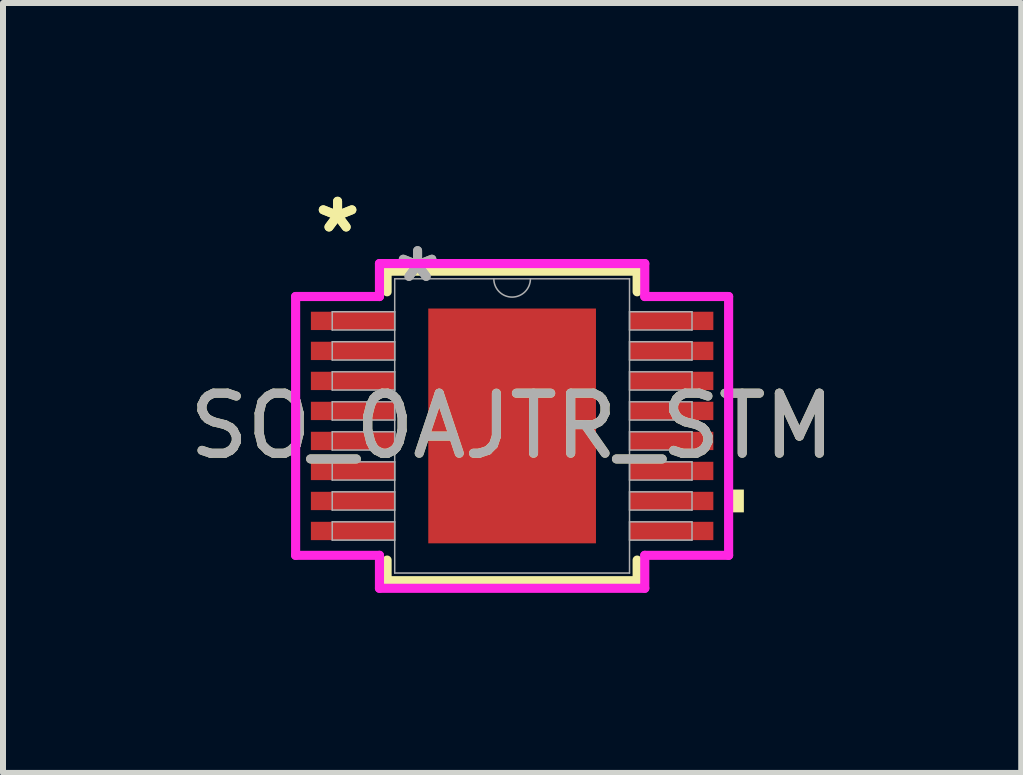
<source format=kicad_pcb>
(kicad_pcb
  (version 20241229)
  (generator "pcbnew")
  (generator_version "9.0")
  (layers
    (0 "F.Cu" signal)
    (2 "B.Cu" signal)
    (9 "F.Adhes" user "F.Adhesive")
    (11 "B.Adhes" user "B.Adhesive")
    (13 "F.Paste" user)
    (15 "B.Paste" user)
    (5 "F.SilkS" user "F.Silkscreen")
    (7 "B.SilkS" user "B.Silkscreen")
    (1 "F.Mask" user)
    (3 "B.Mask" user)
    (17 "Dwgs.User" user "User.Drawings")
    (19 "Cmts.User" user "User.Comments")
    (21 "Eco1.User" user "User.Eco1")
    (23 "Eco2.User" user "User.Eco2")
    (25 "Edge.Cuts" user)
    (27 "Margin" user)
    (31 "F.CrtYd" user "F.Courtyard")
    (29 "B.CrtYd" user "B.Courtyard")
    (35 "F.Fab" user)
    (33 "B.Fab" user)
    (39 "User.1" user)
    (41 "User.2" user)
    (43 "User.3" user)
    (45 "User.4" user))
  (footprint "SO_0AJTR_STM"
    (layer "F.Cu")
    (at 5.482 4.046)
    (property "Reference" "SO_0AJTR_STM" (at 0 0 0) (unlocked yes) (layer "F.SilkS") (effects (font (size 1 1) (thickness 0.15))))
    (attr smd)
    (fp_line (start -2.083 -2.578) (end -2.083 -2.235) (stroke (width 0.152) (type solid)) (layer "F.SilkS"))
    (fp_line (start -2.083 2.235) (end -2.083 2.578) (stroke (width 0.152) (type solid)) (layer "F.SilkS"))
    (fp_line (start -2.083 2.578) (end 2.083 2.578) (stroke (width 0.152) (type solid)) (layer "F.SilkS"))
    (fp_line (start 2.083 -2.578) (end -2.083 -2.578) (stroke (width 0.152) (type solid)) (layer "F.SilkS"))
    (fp_line (start 2.083 -2.235) (end 2.083 -2.578) (stroke (width 0.152) (type solid)) (layer "F.SilkS"))
    (fp_line (start 2.083 2.578) (end 2.083 2.235) (stroke (width 0.152) (type solid)) (layer "F.SilkS"))
    (fp_poly (pts (xy 3.861 1.06) (xy 3.861 1.44) (xy 3.607 1.44) (xy 3.607 1.06)) (stroke (width 0) (type solid)) (fill yes) (layer "F.SilkS"))
    (fp_poly (pts (xy -1.297 -1.856) (xy -1.297 -0.752) (xy -0.1 -0.752) (xy -0.1 -1.856)) (stroke (width 0) (type solid)) (fill yes) (layer "F.Paste"))
    (fp_poly (pts (xy -1.297 -0.552) (xy -1.297 0.552) (xy -0.1 0.552) (xy -0.1 -0.552)) (stroke (width 0) (type solid)) (fill yes) (layer "F.Paste"))
    (fp_poly (pts (xy -1.297 0.752) (xy -1.297 1.856) (xy -0.1 1.856) (xy -0.1 0.752)) (stroke (width 0) (type solid)) (fill yes) (layer "F.Paste"))
    (fp_poly (pts (xy 0.1 -1.856) (xy 0.1 -0.752) (xy 1.297 -0.752) (xy 1.297 -1.856)) (stroke (width 0) (type solid)) (fill yes) (layer "F.Paste"))
    (fp_poly (pts (xy 0.1 -0.552) (xy 0.1 0.552) (xy 1.297 0.552) (xy 1.297 -0.552)) (stroke (width 0) (type solid)) (fill yes) (layer "F.Paste"))
    (fp_poly (pts (xy 0.1 0.752) (xy 0.1 1.856) (xy 1.297 1.856) (xy 1.297 0.752)) (stroke (width 0) (type solid)) (fill yes) (layer "F.Paste"))
    (fp_line (start -3.607 -2.156) (end -2.21 -2.156) (stroke (width 0.152) (type solid)) (layer "F.CrtYd"))
    (fp_line (start -3.607 2.156) (end -3.607 -2.156) (stroke (width 0.152) (type solid)) (layer "F.CrtYd"))
    (fp_line (start -3.607 2.156) (end -2.21 2.156) (stroke (width 0.152) (type solid)) (layer "F.CrtYd"))
    (fp_line (start -2.21 -2.705) (end 2.21 -2.705) (stroke (width 0.152) (type solid)) (layer "F.CrtYd"))
    (fp_line (start -2.21 -2.156) (end -2.21 -2.705) (stroke (width 0.152) (type solid)) (layer "F.CrtYd"))
    (fp_line (start -2.21 2.705) (end -2.21 2.156) (stroke (width 0.152) (type solid)) (layer "F.CrtYd"))
    (fp_line (start 2.21 -2.705) (end 2.21 -2.156) (stroke (width 0.152) (type solid)) (layer "F.CrtYd"))
    (fp_line (start 2.21 2.156) (end 2.21 2.705) (stroke (width 0.152) (type solid)) (layer "F.CrtYd"))
    (fp_line (start 2.21 2.705) (end -2.21 2.705) (stroke (width 0.152) (type solid)) (layer "F.CrtYd"))
    (fp_line (start 3.607 -2.156) (end 2.21 -2.156) (stroke (width 0.152) (type solid)) (layer "F.CrtYd"))
    (fp_line (start 3.607 -2.156) (end 3.607 2.156) (stroke (width 0.152) (type solid)) (layer "F.CrtYd"))
    (fp_line (start 3.607 2.156) (end 2.21 2.156) (stroke (width 0.152) (type solid)) (layer "F.CrtYd"))
    (fp_line (start -2.997 -1.902) (end -2.997 -1.598) (stroke (width 0.025) (type solid)) (layer "F.Fab"))
    (fp_line (start -2.997 -1.598) (end -1.956 -1.598) (stroke (width 0.025) (type solid)) (layer "F.Fab"))
    (fp_line (start -2.997 -1.402) (end -2.997 -1.098) (stroke (width 0.025) (type solid)) (layer "F.Fab"))
    (fp_line (start -2.997 -1.098) (end -1.956 -1.098) (stroke (width 0.025) (type solid)) (layer "F.Fab"))
    (fp_line (start -2.997 -0.902) (end -2.997 -0.598) (stroke (width 0.025) (type solid)) (layer "F.Fab"))
    (fp_line (start -2.997 -0.598) (end -1.956 -0.598) (stroke (width 0.025) (type solid)) (layer "F.Fab"))
    (fp_line (start -2.997 -0.402) (end -2.997 -0.098) (stroke (width 0.025) (type solid)) (layer "F.Fab"))
    (fp_line (start -2.997 -0.098) (end -1.956 -0.098) (stroke (width 0.025) (type solid)) (layer "F.Fab"))
    (fp_line (start -2.997 0.098) (end -2.997 0.402) (stroke (width 0.025) (type solid)) (layer "F.Fab"))
    (fp_line (start -2.997 0.402) (end -1.956 0.402) (stroke (width 0.025) (type solid)) (layer "F.Fab"))
    (fp_line (start -2.997 0.598) (end -2.997 0.902) (stroke (width 0.025) (type solid)) (layer "F.Fab"))
    (fp_line (start -2.997 0.902) (end -1.956 0.902) (stroke (width 0.025) (type solid)) (layer "F.Fab"))
    (fp_line (start -2.997 1.098) (end -2.997 1.402) (stroke (width 0.025) (type solid)) (layer "F.Fab"))
    (fp_line (start -2.997 1.402) (end -1.956 1.402) (stroke (width 0.025) (type solid)) (layer "F.Fab"))
    (fp_line (start -2.997 1.598) (end -2.997 1.902) (stroke (width 0.025) (type solid)) (layer "F.Fab"))
    (fp_line (start -2.997 1.902) (end -1.956 1.902) (stroke (width 0.025) (type solid)) (layer "F.Fab"))
    (fp_line (start -1.956 -2.451) (end -1.956 2.451) (stroke (width 0.025) (type solid)) (layer "F.Fab"))
    (fp_line (start -1.956 -1.902) (end -2.997 -1.902) (stroke (width 0.025) (type solid)) (layer "F.Fab"))
    (fp_line (start -1.956 -1.598) (end -1.956 -1.902) (stroke (width 0.025) (type solid)) (layer "F.Fab"))
    (fp_line (start -1.956 -1.402) (end -2.997 -1.402) (stroke (width 0.025) (type solid)) (layer "F.Fab"))
    (fp_line (start -1.956 -1.098) (end -1.956 -1.402) (stroke (width 0.025) (type solid)) (layer "F.Fab"))
    (fp_line (start -1.956 -0.902) (end -2.997 -0.902) (stroke (width 0.025) (type solid)) (layer "F.Fab"))
    (fp_line (start -1.956 -0.598) (end -1.956 -0.902) (stroke (width 0.025) (type solid)) (layer "F.Fab"))
    (fp_line (start -1.956 -0.402) (end -2.997 -0.402) (stroke (width 0.025) (type solid)) (layer "F.Fab"))
    (fp_line (start -1.956 -0.098) (end -1.956 -0.402) (stroke (width 0.025) (type solid)) (layer "F.Fab"))
    (fp_line (start -1.956 0.098) (end -2.997 0.098) (stroke (width 0.025) (type solid)) (layer "F.Fab"))
    (fp_line (start -1.956 0.402) (end -1.956 0.098) (stroke (width 0.025) (type solid)) (layer "F.Fab"))
    (fp_line (start -1.956 0.598) (end -2.997 0.598) (stroke (width 0.025) (type solid)) (layer "F.Fab"))
    (fp_line (start -1.956 0.902) (end -1.956 0.598) (stroke (width 0.025) (type solid)) (layer "F.Fab"))
    (fp_line (start -1.956 1.098) (end -2.997 1.098) (stroke (width 0.025) (type solid)) (layer "F.Fab"))
    (fp_line (start -1.956 1.402) (end -1.956 1.098) (stroke (width 0.025) (type solid)) (layer "F.Fab"))
    (fp_line (start -1.956 1.598) (end -2.997 1.598) (stroke (width 0.025) (type solid)) (layer "F.Fab"))
    (fp_line (start -1.956 1.902) (end -1.956 1.598) (stroke (width 0.025) (type solid)) (layer "F.Fab"))
    (fp_line (start -1.956 2.451) (end 1.956 2.451) (stroke (width 0.025) (type solid)) (layer "F.Fab"))
    (fp_line (start 1.956 -2.451) (end -1.956 -2.451) (stroke (width 0.025) (type solid)) (layer "F.Fab"))
    (fp_line (start 1.956 -1.902) (end 1.956 -1.598) (stroke (width 0.025) (type solid)) (layer "F.Fab"))
    (fp_line (start 1.956 -1.598) (end 2.997 -1.598) (stroke (width 0.025) (type solid)) (layer "F.Fab"))
    (fp_line (start 1.956 -1.402) (end 1.956 -1.098) (stroke (width 0.025) (type solid)) (layer "F.Fab"))
    (fp_line (start 1.956 -1.098) (end 2.997 -1.098) (stroke (width 0.025) (type solid)) (layer "F.Fab"))
    (fp_line (start 1.956 -0.902) (end 1.956 -0.598) (stroke (width 0.025) (type solid)) (layer "F.Fab"))
    (fp_line (start 1.956 -0.598) (end 2.997 -0.598) (stroke (width 0.025) (type solid)) (layer "F.Fab"))
    (fp_line (start 1.956 -0.402) (end 1.956 -0.098) (stroke (width 0.025) (type solid)) (layer "F.Fab"))
    (fp_line (start 1.956 -0.098) (end 2.997 -0.098) (stroke (width 0.025) (type solid)) (layer "F.Fab"))
    (fp_line (start 1.956 0.098) (end 1.956 0.402) (stroke (width 0.025) (type solid)) (layer "F.Fab"))
    (fp_line (start 1.956 0.402) (end 2.997 0.402) (stroke (width 0.025) (type solid)) (layer "F.Fab"))
    (fp_line (start 1.956 0.598) (end 1.956 0.902) (stroke (width 0.025) (type solid)) (layer "F.Fab"))
    (fp_line (start 1.956 0.902) (end 2.997 0.902) (stroke (width 0.025) (type solid)) (layer "F.Fab"))
    (fp_line (start 1.956 1.098) (end 1.956 1.402) (stroke (width 0.025) (type solid)) (layer "F.Fab"))
    (fp_line (start 1.956 1.402) (end 2.997 1.402) (stroke (width 0.025) (type solid)) (layer "F.Fab"))
    (fp_line (start 1.956 1.598) (end 1.956 1.902) (stroke (width 0.025) (type solid)) (layer "F.Fab"))
    (fp_line (start 1.956 1.902) (end 2.997 1.902) (stroke (width 0.025) (type solid)) (layer "F.Fab"))
    (fp_line (start 1.956 2.451) (end 1.956 -2.451) (stroke (width 0.025) (type solid)) (layer "F.Fab"))
    (fp_line (start 2.997 -1.902) (end 1.956 -1.902) (stroke (width 0.025) (type solid)) (layer "F.Fab"))
    (fp_line (start 2.997 -1.598) (end 2.997 -1.902) (stroke (width 0.025) (type solid)) (layer "F.Fab"))
    (fp_line (start 2.997 -1.402) (end 1.956 -1.402) (stroke (width 0.025) (type solid)) (layer "F.Fab"))
    (fp_line (start 2.997 -1.098) (end 2.997 -1.402) (stroke (width 0.025) (type solid)) (layer "F.Fab"))
    (fp_line (start 2.997 -0.902) (end 1.956 -0.902) (stroke (width 0.025) (type solid)) (layer "F.Fab"))
    (fp_line (start 2.997 -0.598) (end 2.997 -0.902) (stroke (width 0.025) (type solid)) (layer "F.Fab"))
    (fp_line (start 2.997 -0.402) (end 1.956 -0.402) (stroke (width 0.025) (type solid)) (layer "F.Fab"))
    (fp_line (start 2.997 -0.098) (end 2.997 -0.402) (stroke (width 0.025) (type solid)) (layer "F.Fab"))
    (fp_line (start 2.997 0.098) (end 1.956 0.098) (stroke (width 0.025) (type solid)) (layer "F.Fab"))
    (fp_line (start 2.997 0.402) (end 2.997 0.098) (stroke (width 0.025) (type solid)) (layer "F.Fab"))
    (fp_line (start 2.997 0.598) (end 1.956 0.598) (stroke (width 0.025) (type solid)) (layer "F.Fab"))
    (fp_line (start 2.997 0.902) (end 2.997 0.598) (stroke (width 0.025) (type solid)) (layer "F.Fab"))
    (fp_line (start 2.997 1.098) (end 1.956 1.098) (stroke (width 0.025) (type solid)) (layer "F.Fab"))
    (fp_line (start 2.997 1.402) (end 2.997 1.098) (stroke (width 0.025) (type solid)) (layer "F.Fab"))
    (fp_line (start 2.997 1.598) (end 1.956 1.598) (stroke (width 0.025) (type solid)) (layer "F.Fab"))
    (fp_line (start 2.997 1.902) (end 2.997 1.598) (stroke (width 0.025) (type solid)) (layer "F.Fab"))
    (fp_arc (start 0.3048 -2.4511) (mid 0 -2.1463) (end -0.3048 -2.4511) (stroke (width 0.0254) (type solid)) (layer "F.Fab"))
    (fp_text user "*" (at -2.908 -3.198 0) (layer "F.SilkS") (effects (font (size 1 1) (thickness 0.15))))
    (fp_text user "*" (at -2.908 -3.198 0) (unlocked yes) (layer "F.SilkS") (effects (font (size 1 1) (thickness 0.15))))
    (fp_text user "${REFERENCE}" (at 0 0 0) (unlocked yes) (layer "F.Fab") (effects (font (size 1 1) (thickness 0.15))))
    (fp_text user "*" (at -1.575 -2.375 0) (unlocked yes) (layer "F.Fab") (effects (font (size 1 1) (thickness 0.15))))
    (fp_text user "*" (at -1.575 -2.375 0) (layer "F.Fab") (effects (font (size 1 1) (thickness 0.15))))
    (pad "1" smd rect (at -2.654 -1.75) (size 1.397 0.305) (layers "F.Cu" "F.Mask" "F.Paste"))
    (pad "2" smd rect (at -2.654 -1.25) (size 1.397 0.305) (layers "F.Cu" "F.Mask" "F.Paste"))
    (pad "3" smd rect (at -2.654 -0.75) (size 1.397 0.305) (layers "F.Cu" "F.Mask" "F.Paste"))
    (pad "4" smd rect (at -2.654 -0.25) (size 1.397 0.305) (layers "F.Cu" "F.Mask" "F.Paste"))
    (pad "5" smd rect (at -2.654 0.25) (size 1.397 0.305) (layers "F.Cu" "F.Mask" "F.Paste"))
    (pad "6" smd rect (at -2.654 0.75) (size 1.397 0.305) (layers "F.Cu" "F.Mask" "F.Paste"))
    (pad "7" smd rect (at -2.654 1.25) (size 1.397 0.305) (layers "F.Cu" "F.Mask" "F.Paste"))
    (pad "8" smd rect (at -2.654 1.75) (size 1.397 0.305) (layers "F.Cu" "F.Mask" "F.Paste"))
    (pad "9" smd rect (at 2.654 1.75) (size 1.397 0.305) (layers "F.Cu" "F.Mask" "F.Paste"))
    (pad "10" smd rect (at 2.654 1.25) (size 1.397 0.305) (layers "F.Cu" "F.Mask" "F.Paste"))
    (pad "11" smd rect (at 2.654 0.75) (size 1.397 0.305) (layers "F.Cu" "F.Mask" "F.Paste"))
    (pad "12" smd rect (at 2.654 0.25) (size 1.397 0.305) (layers "F.Cu" "F.Mask" "F.Paste"))
    (pad "13" smd rect (at 2.654 -0.25) (size 1.397 0.305) (layers "F.Cu" "F.Mask" "F.Paste"))
    (pad "14" smd rect (at 2.654 -0.75) (size 1.397 0.305) (layers "F.Cu" "F.Mask" "F.Paste"))
    (pad "15" smd rect (at 2.654 -1.25) (size 1.397 0.305) (layers "F.Cu" "F.Mask" "F.Paste"))
    (pad "16" smd rect (at 2.654 -1.75) (size 1.397 0.305) (layers "F.Cu" "F.Mask" "F.Paste"))
    (pad "EPAD" smd rect (at 0 0) (size 2.794 3.912) (layers "F.Cu" "F.Mask")))
  (gr_rect
    (start -3 -3)
    (end 13.964 9.827)
    (stroke (width 0.1) (type default))
    (fill no)
    (layer "Edge.Cuts")))
</source>
